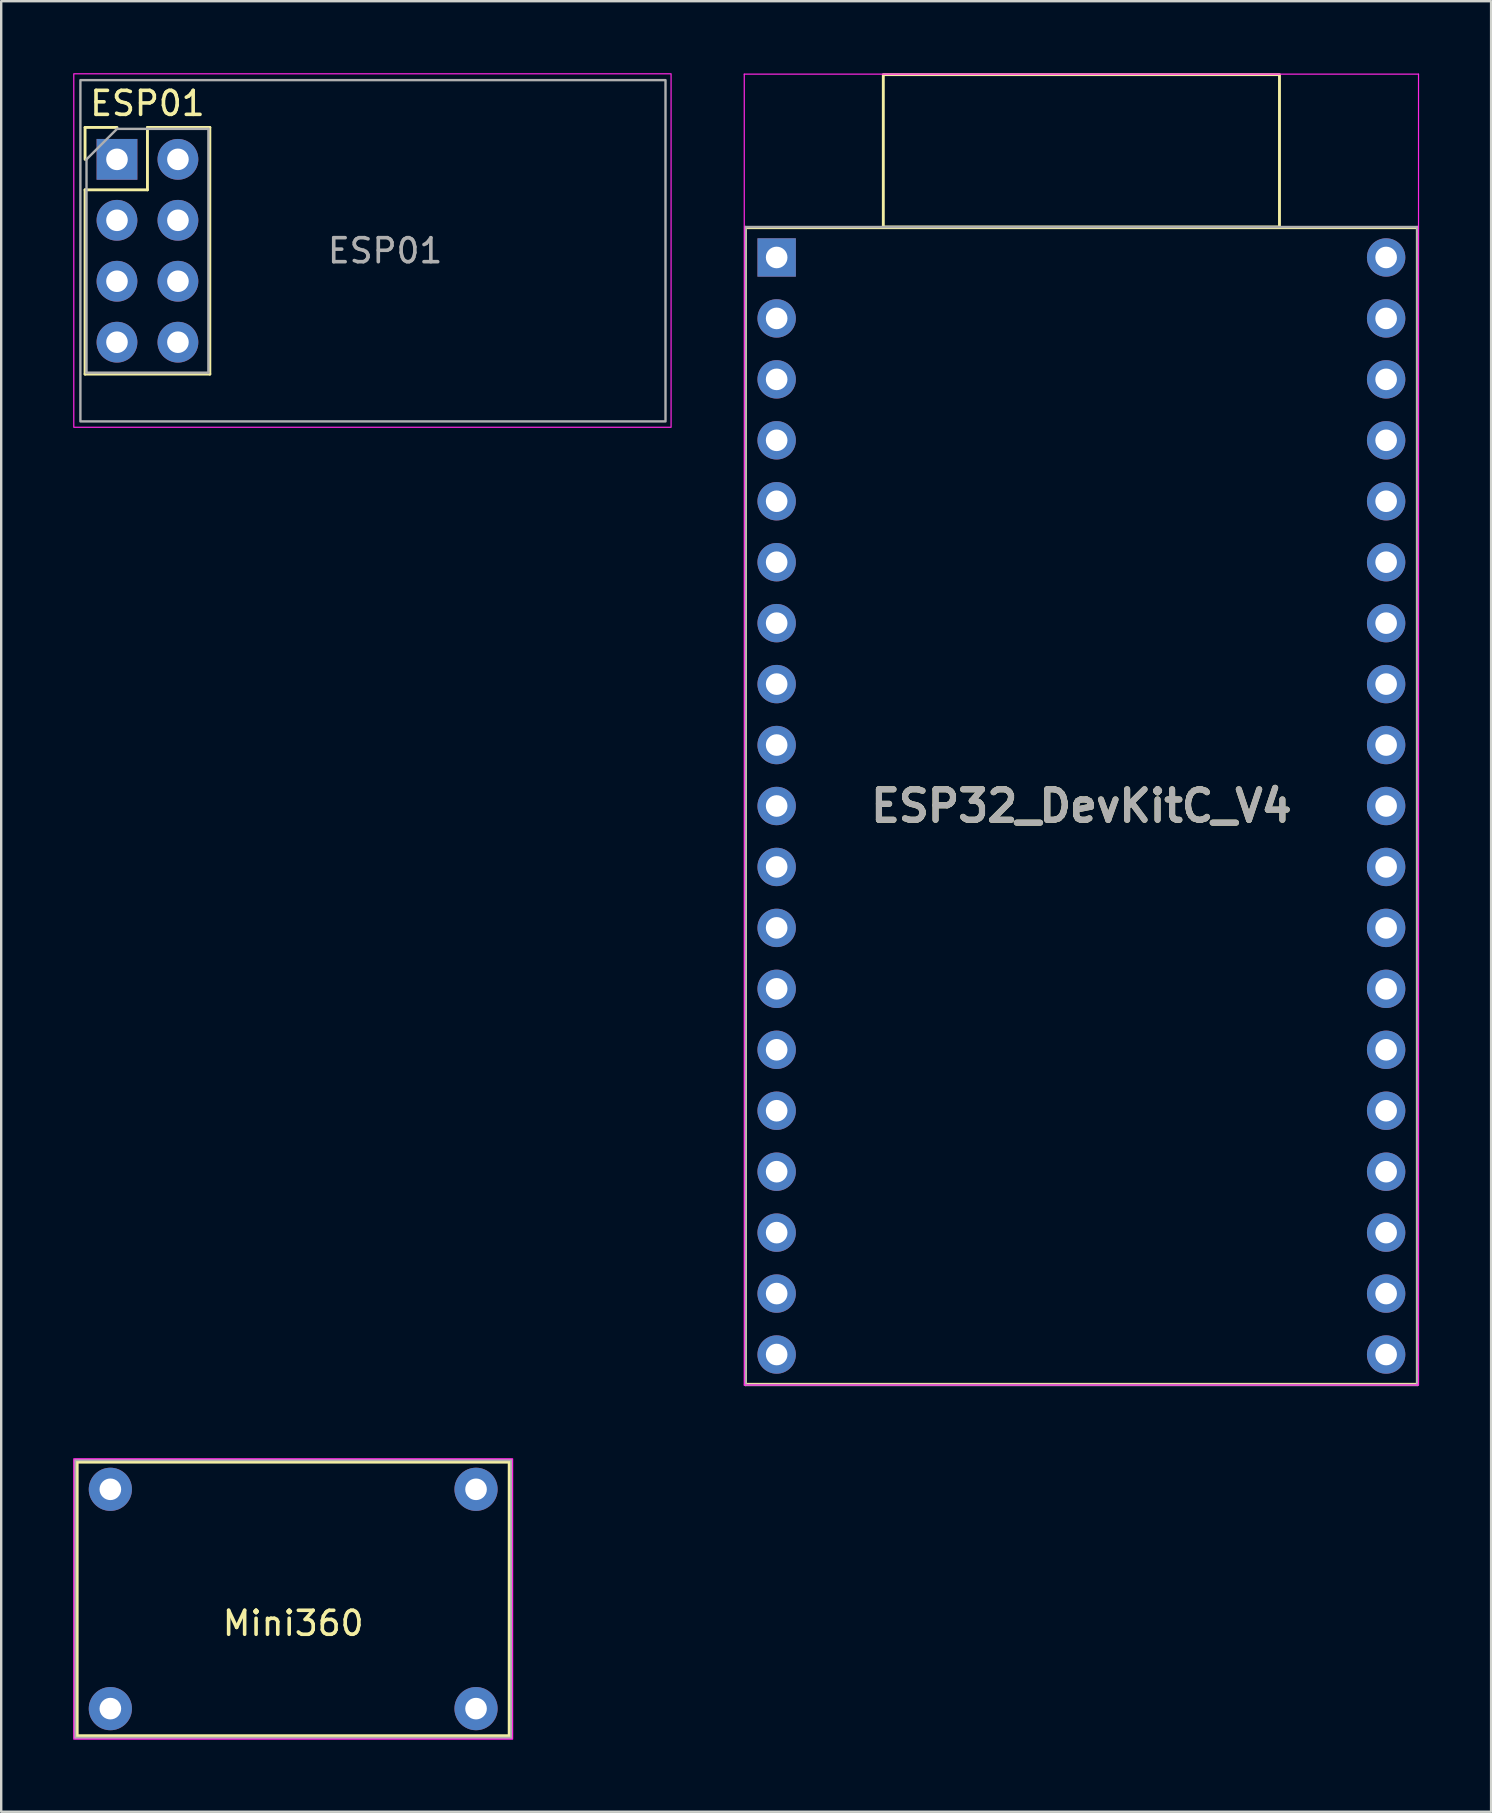
<source format=kicad_pcb>
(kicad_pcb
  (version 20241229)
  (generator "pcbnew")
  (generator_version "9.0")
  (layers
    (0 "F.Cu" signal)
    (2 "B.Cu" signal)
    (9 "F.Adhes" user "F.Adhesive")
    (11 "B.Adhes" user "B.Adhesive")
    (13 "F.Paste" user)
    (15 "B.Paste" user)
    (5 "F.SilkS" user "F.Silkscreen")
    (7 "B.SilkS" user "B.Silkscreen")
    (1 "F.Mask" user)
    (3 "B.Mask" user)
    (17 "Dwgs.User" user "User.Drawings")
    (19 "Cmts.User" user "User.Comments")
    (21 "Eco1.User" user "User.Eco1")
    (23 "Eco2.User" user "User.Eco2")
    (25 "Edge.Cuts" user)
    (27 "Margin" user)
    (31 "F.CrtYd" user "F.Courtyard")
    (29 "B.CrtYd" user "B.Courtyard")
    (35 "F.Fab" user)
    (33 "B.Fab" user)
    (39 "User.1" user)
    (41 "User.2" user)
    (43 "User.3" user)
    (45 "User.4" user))
  (footprint "ESP01"
    (layer "F.Cu")
    (at 1.825 3.591)
    (property "Reference" "ESP01" (at 1.27 -2.33 0) (layer "F.SilkS") (effects (font (size 1 1) (thickness 0.15))))
    (attr through_hole)
    (fp_line (start -1.33 -1.33) (end 0 -1.33) (stroke (width 0.12) (type solid)) (layer "F.SilkS"))
    (fp_line (start -1.33 0) (end -1.33 -1.33) (stroke (width 0.12) (type solid)) (layer "F.SilkS"))
    (fp_line (start -1.33 1.27) (end -1.33 8.95) (stroke (width 0.12) (type solid)) (layer "F.SilkS"))
    (fp_line (start -1.33 1.27) (end 1.27 1.27) (stroke (width 0.12) (type solid)) (layer "F.SilkS"))
    (fp_line (start -1.33 8.95) (end 3.87 8.95) (stroke (width 0.12) (type solid)) (layer "F.SilkS"))
    (fp_line (start 1.27 -1.33) (end 3.87 -1.33) (stroke (width 0.12) (type solid)) (layer "F.SilkS"))
    (fp_line (start 1.27 1.27) (end 1.27 -1.33) (stroke (width 0.12) (type solid)) (layer "F.SilkS"))
    (fp_line (start 3.87 -1.33) (end 3.87 8.95) (stroke (width 0.12) (type solid)) (layer "F.SilkS"))
    (fp_rect (start -1.8 -3.566) (end 23.092 11.166) (stroke (width 0.05) (type solid)) (fill no) (layer "F.CrtYd"))
    (fp_line (start -1.27 0) (end 0 -1.27) (stroke (width 0.1) (type solid)) (layer "F.Fab"))
    (fp_line (start -1.27 8.89) (end -1.27 0) (stroke (width 0.1) (type solid)) (layer "F.Fab"))
    (fp_line (start 0 -1.27) (end 3.81 -1.27) (stroke (width 0.1) (type solid)) (layer "F.Fab"))
    (fp_line (start 3.81 -1.27) (end 3.81 8.89) (stroke (width 0.1) (type solid)) (layer "F.Fab"))
    (fp_line (start 3.81 8.89) (end -1.27 8.89) (stroke (width 0.1) (type solid)) (layer "F.Fab"))
    (fp_rect (start -1.524 10.922) (end 22.86 -3.302) (stroke (width 0.1) (type solid)) (fill no) (layer "F.Fab"))
    (fp_text user "${REFERENCE}" (at 11.176 3.81 0) (layer "F.Fab") (effects (font (size 1 1) (thickness 0.15))))
    (pad "1" thru_hole rect (at 0 0) (size 1.7 1.7) (drill 0.9) (layers "*.Cu" "*.Mask"))
    (pad "2" thru_hole circle (at 2.54 0) (size 1.7 1.7) (drill 0.9) (layers "*.Cu" "*.Mask"))
    (pad "3" thru_hole circle (at 0 2.54) (size 1.7 1.7) (drill 0.9) (layers "*.Cu" "*.Mask"))
    (pad "4" thru_hole circle (at 2.54 2.54) (size 1.7 1.7) (drill 0.9) (layers "*.Cu" "*.Mask"))
    (pad "5" thru_hole circle (at 0 5.08) (size 1.7 1.7) (drill 0.9) (layers "*.Cu" "*.Mask"))
    (pad "6" thru_hole circle (at 2.54 5.08) (size 1.7 1.7) (drill 0.9) (layers "*.Cu" "*.Mask"))
    (pad "7" thru_hole circle (at 0 7.62) (size 1.7 1.7) (drill 0.9) (layers "*.Cu" "*.Mask"))
    (pad "8" thru_hole circle (at 2.54 7.62) (size 1.7 1.7) (drill 0.9) (layers "*.Cu" "*.Mask")))
  (footprint "ESP32_DevKitC_V4"
    (layer "F.Cu")
    (at 42.017 30.54)
    (property "Reference" "ESP32_DevKitC_V4" (at 0 0 0) (layer "F.SilkS") (effects (font (size 1.27 1.27) (thickness 0.254))))
    (attr through_hole)
    (fp_rect (start -14 24.1) (end 14 -24.1) (stroke (width 0.12) (type solid)) (fill no) (layer "F.SilkS"))
    (fp_rect (start 8.255 -24.13) (end -8.255 -30.48) (stroke (width 0.12) (type solid)) (fill no) (layer "F.SilkS"))
    (fp_line (start -14.05 -30.5) (end 14.05 -30.5) (stroke (width 0.05) (type solid)) (layer "F.CrtYd"))
    (fp_line (start -14.05 24.13) (end -14.05 -30.5) (stroke (width 0.05) (type solid)) (layer "F.CrtYd"))
    (fp_line (start 14.05 -30.5) (end 14.05 24.13) (stroke (width 0.05) (type solid)) (layer "F.CrtYd"))
    (fp_line (start 14.05 24.13) (end -14.05 24.13) (stroke (width 0.05) (type solid)) (layer "F.CrtYd"))
    (fp_line (start -14 -24.13) (end 14 -24.13) (stroke (width 0.1) (type solid)) (layer "F.Fab"))
    (fp_line (start -14 24.13) (end -14 -24.13) (stroke (width 0.1) (type solid)) (layer "F.Fab"))
    (fp_line (start 14 -24.13) (end 14 24.13) (stroke (width 0.1) (type solid)) (layer "F.Fab"))
    (fp_line (start 14 24.13) (end -14 24.13) (stroke (width 0.1) (type solid)) (layer "F.Fab"))
    (fp_text user "${REFERENCE}" (at 0 0 0) (layer "F.Fab") (effects (font (size 1.27 1.27) (thickness 0.254))))
    (pad "1" thru_hole rect (at -12.7 -22.86) (size 1.6 1.6) (drill 0.9) (layers "*.Cu" "*.Mask"))
    (pad "2" thru_hole circle (at -12.7 -20.32) (size 1.6 1.6) (drill 0.9) (layers "*.Cu" "*.Mask"))
    (pad "3" thru_hole circle (at -12.7 -17.78) (size 1.6 1.6) (drill 0.9) (layers "*.Cu" "*.Mask"))
    (pad "4" thru_hole circle (at -12.7 -15.24) (size 1.6 1.6) (drill 0.9) (layers "*.Cu" "*.Mask"))
    (pad "5" thru_hole circle (at -12.7 -12.7) (size 1.6 1.6) (drill 0.9) (layers "*.Cu" "*.Mask"))
    (pad "6" thru_hole circle (at -12.7 -10.16) (size 1.6 1.6) (drill 0.9) (layers "*.Cu" "*.Mask"))
    (pad "7" thru_hole circle (at -12.7 -7.62) (size 1.6 1.6) (drill 0.9) (layers "*.Cu" "*.Mask"))
    (pad "8" thru_hole circle (at -12.7 -5.08) (size 1.6 1.6) (drill 0.9) (layers "*.Cu" "*.Mask"))
    (pad "9" thru_hole circle (at -12.7 -2.54) (size 1.6 1.6) (drill 0.9) (layers "*.Cu" "*.Mask"))
    (pad "10" thru_hole circle (at -12.7 0) (size 1.6 1.6) (drill 0.9) (layers "*.Cu" "*.Mask"))
    (pad "11" thru_hole circle (at -12.7 2.54) (size 1.6 1.6) (drill 0.9) (layers "*.Cu" "*.Mask"))
    (pad "12" thru_hole circle (at -12.7 5.08) (size 1.6 1.6) (drill 0.9) (layers "*.Cu" "*.Mask"))
    (pad "13" thru_hole circle (at -12.7 7.62) (size 1.6 1.6) (drill 0.9) (layers "*.Cu" "*.Mask"))
    (pad "14" thru_hole circle (at -12.7 10.16) (size 1.6 1.6) (drill 0.9) (layers "*.Cu" "*.Mask"))
    (pad "15" thru_hole circle (at -12.7 12.7) (size 1.6 1.6) (drill 0.9) (layers "*.Cu" "*.Mask"))
    (pad "16" thru_hole circle (at -12.7 15.24) (size 1.6 1.6) (drill 0.9) (layers "*.Cu" "*.Mask"))
    (pad "17" thru_hole circle (at -12.7 17.78) (size 1.6 1.6) (drill 0.9) (layers "*.Cu" "*.Mask"))
    (pad "18" thru_hole circle (at -12.7 20.32) (size 1.6 1.6) (drill 0.9) (layers "*.Cu" "*.Mask"))
    (pad "19" thru_hole circle (at -12.7 22.86) (size 1.6 1.6) (drill 0.9) (layers "*.Cu" "*.Mask"))
    (pad "20" thru_hole circle (at 12.7 22.86) (size 1.6 1.6) (drill 0.9) (layers "*.Cu" "*.Mask"))
    (pad "21" thru_hole circle (at 12.7 20.32) (size 1.6 1.6) (drill 0.9) (layers "*.Cu" "*.Mask"))
    (pad "22" thru_hole circle (at 12.7 17.78) (size 1.6 1.6) (drill 0.9) (layers "*.Cu" "*.Mask"))
    (pad "23" thru_hole circle (at 12.7 15.24) (size 1.6 1.6) (drill 0.9) (layers "*.Cu" "*.Mask"))
    (pad "24" thru_hole circle (at 12.7 12.7) (size 1.6 1.6) (drill 0.9) (layers "*.Cu" "*.Mask"))
    (pad "25" thru_hole circle (at 12.7 10.16) (size 1.6 1.6) (drill 0.9) (layers "*.Cu" "*.Mask"))
    (pad "26" thru_hole circle (at 12.7 7.62) (size 1.6 1.6) (drill 0.9) (layers "*.Cu" "*.Mask"))
    (pad "27" thru_hole circle (at 12.7 5.08) (size 1.6 1.6) (drill 0.9) (layers "*.Cu" "*.Mask"))
    (pad "28" thru_hole circle (at 12.7 2.54) (size 1.6 1.6) (drill 0.9) (layers "*.Cu" "*.Mask"))
    (pad "29" thru_hole circle (at 12.7 0) (size 1.6 1.6) (drill 0.9) (layers "*.Cu" "*.Mask"))
    (pad "30" thru_hole circle (at 12.7 -2.54) (size 1.6 1.6) (drill 0.9) (layers "*.Cu" "*.Mask"))
    (pad "31" thru_hole circle (at 12.7 -5.08) (size 1.6 1.6) (drill 0.9) (layers "*.Cu" "*.Mask"))
    (pad "32" thru_hole circle (at 12.7 -7.62) (size 1.6 1.6) (drill 0.9) (layers "*.Cu" "*.Mask"))
    (pad "33" thru_hole circle (at 12.7 -10.16) (size 1.6 1.6) (drill 0.9) (layers "*.Cu" "*.Mask"))
    (pad "34" thru_hole circle (at 12.7 -12.7) (size 1.6 1.6) (drill 0.9) (layers "*.Cu" "*.Mask"))
    (pad "35" thru_hole circle (at 12.7 -15.24) (size 1.6 1.6) (drill 0.9) (layers "*.Cu" "*.Mask"))
    (pad "36" thru_hole circle (at 12.7 -17.78) (size 1.6 1.6) (drill 0.9) (layers "*.Cu" "*.Mask"))
    (pad "37" thru_hole circle (at 12.7 -20.32) (size 1.6 1.6) (drill 0.9) (layers "*.Cu" "*.Mask"))
    (pad "38" thru_hole circle (at 12.7 -22.86) (size 1.6 1.6) (drill 0.9) (layers "*.Cu" "*.Mask")))
  (footprint "Mini360"
    (layer "F.Cu")
    (at 9.169 63.587)
    (property "Reference" "Mini360" (at 0 1.016 0) (layer "F.SilkS") (effects (font (size 1 1) (thickness 0.15))))
    (attr through_hole)
    (fp_line (start -9.017 -5.715) (end -9.017 5.715) (stroke (width 0.15) (type solid)) (layer "F.SilkS"))
    (fp_line (start -9.017 -5.715) (end 9.017 -5.715) (stroke (width 0.15) (type solid)) (layer "F.SilkS"))
    (fp_line (start 9.017 5.715) (end -9.017 5.715) (stroke (width 0.15) (type solid)) (layer "F.SilkS"))
    (fp_line (start 9.017 5.715) (end 9.017 -5.715) (stroke (width 0.15) (type solid)) (layer "F.SilkS"))
    (fp_rect (start -9.144 -5.842) (end 9.144 5.842) (stroke (width 0.05) (type solid)) (fill no) (layer "F.CrtYd"))
    (fp_rect (start -9.093 -5.791) (end 9.093 5.791) (stroke (width 0.1) (type solid)) (fill no) (layer "F.Fab"))
    (pad "1" thru_hole circle (at -7.62 -4.57) (size 1.8 1.8) (drill 0.9) (layers "*.Cu" "*.Mask"))
    (pad "2" thru_hole circle (at -7.62 4.57) (size 1.8 1.8) (drill 0.9) (layers "*.Cu" "*.Mask"))
    (pad "3" thru_hole circle (at 7.62 -4.57) (size 1.8 1.8) (drill 0.9) (layers "*.Cu" "*.Mask"))
    (pad "4" thru_hole circle (at 7.62 4.57) (size 1.8 1.8) (drill 0.9) (layers "*.Cu" "*.Mask")))
  (gr_rect
    (start -3 -3)
    (end 59.092 72.454)
    (stroke (width 0.1) (type default))
    (fill no)
    (layer "Edge.Cuts")))
</source>
